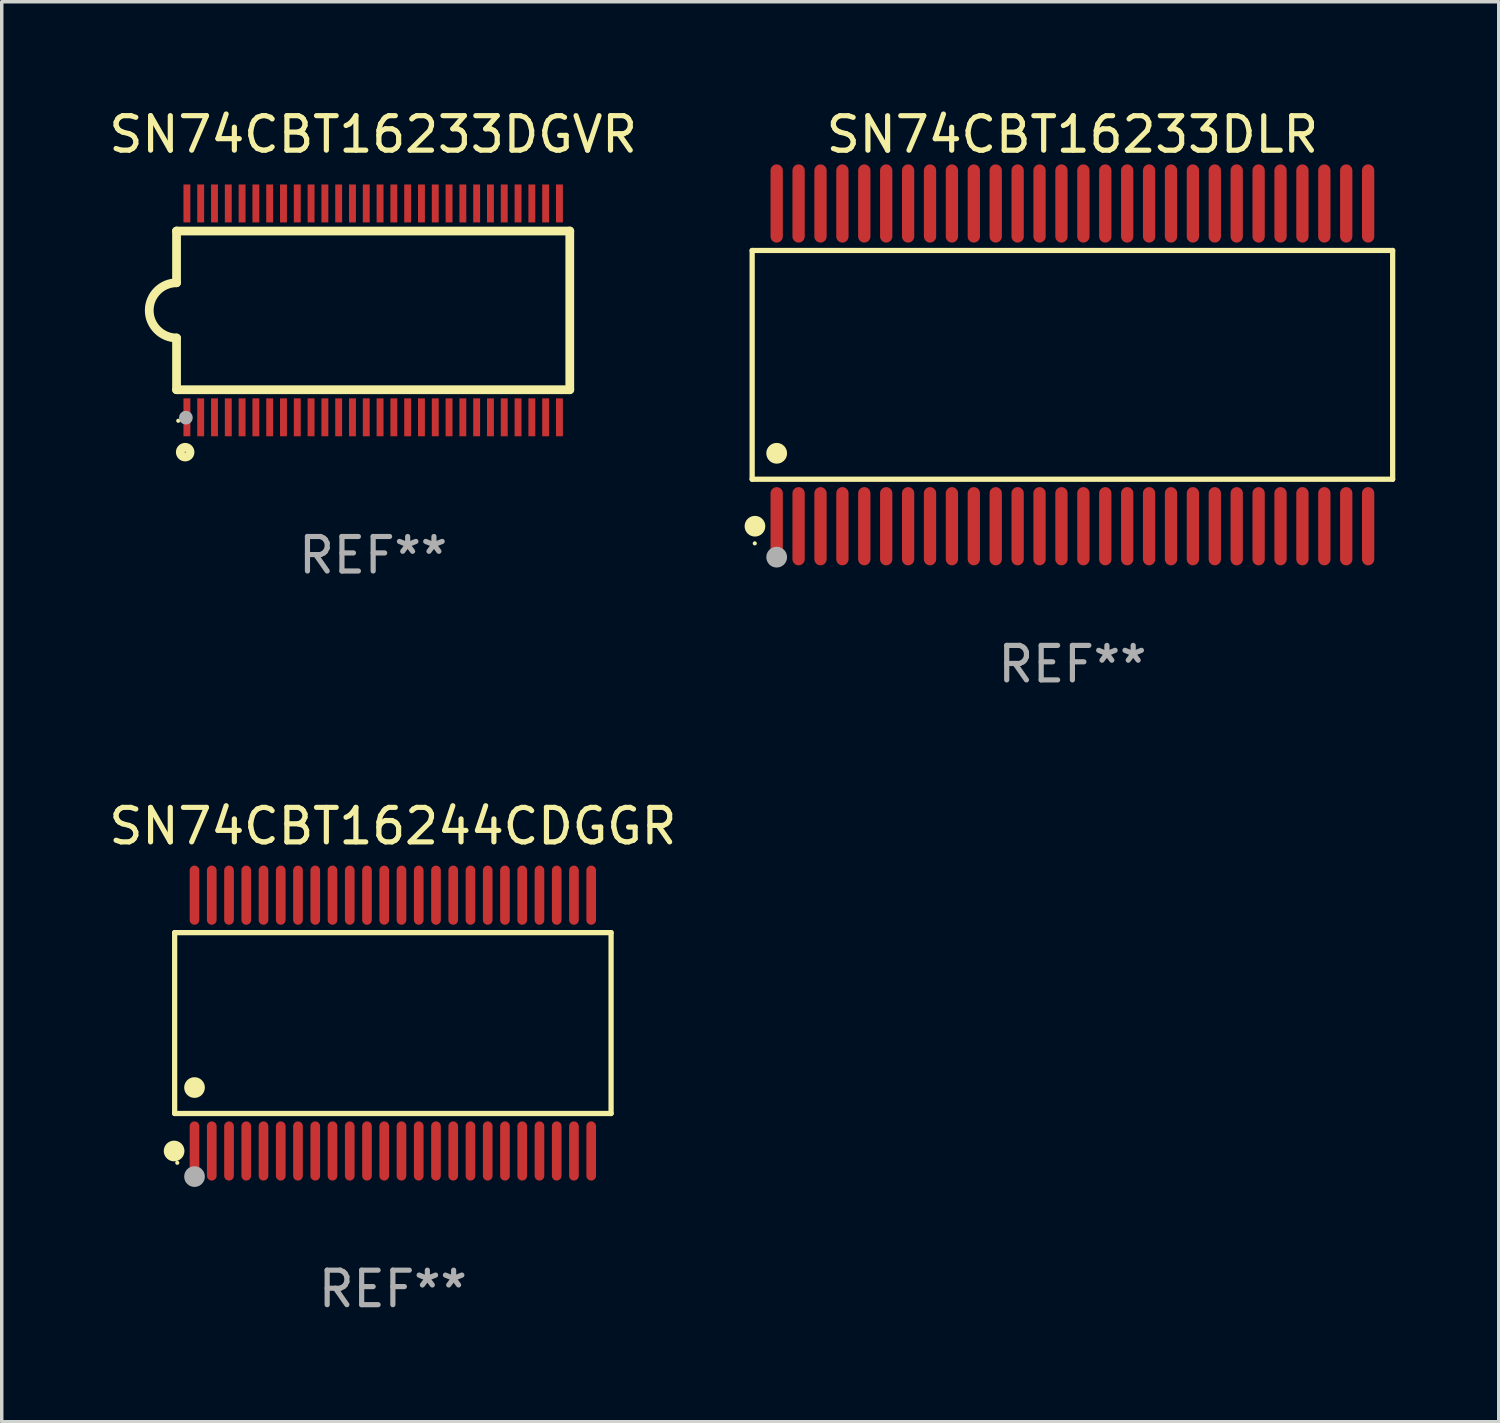
<source format=kicad_pcb>
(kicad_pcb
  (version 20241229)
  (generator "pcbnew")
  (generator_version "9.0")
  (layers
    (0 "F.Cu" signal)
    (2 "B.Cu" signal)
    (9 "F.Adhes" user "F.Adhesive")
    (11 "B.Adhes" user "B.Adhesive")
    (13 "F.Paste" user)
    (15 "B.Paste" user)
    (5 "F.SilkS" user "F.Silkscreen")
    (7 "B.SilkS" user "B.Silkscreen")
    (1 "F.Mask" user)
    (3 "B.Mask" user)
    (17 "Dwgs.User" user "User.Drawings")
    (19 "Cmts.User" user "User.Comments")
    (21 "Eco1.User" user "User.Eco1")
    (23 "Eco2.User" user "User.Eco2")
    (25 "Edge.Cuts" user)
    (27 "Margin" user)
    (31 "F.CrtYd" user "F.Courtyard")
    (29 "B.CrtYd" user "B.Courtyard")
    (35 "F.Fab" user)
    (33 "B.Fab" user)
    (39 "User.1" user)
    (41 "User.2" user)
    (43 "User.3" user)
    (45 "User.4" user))
  (footprint "SN74CBT16244CDGGR"
    (layer "F.Cu")
    (at 8.339 26.609)
    (property "Reference" "SN74CBT16244CDGGR" (at 0 -5.708 0) (layer "F.SilkS") (effects (font (size 1 1) (thickness 0.15))))
    (attr through_hole)
    (fp_line (start -6.326 -2.622) (end 6.326 -2.622) (stroke (width 0.152) (type solid)) (layer "F.SilkS"))
    (fp_line (start -6.326 2.621) (end -6.326 -2.622) (stroke (width 0.152) (type solid)) (layer "F.SilkS"))
    (fp_line (start 6.326 -2.622) (end 6.326 2.621) (stroke (width 0.152) (type solid)) (layer "F.SilkS"))
    (fp_line (start 6.326 2.621) (end -6.326 2.621) (stroke (width 0.152) (type solid)) (layer "F.SilkS"))
    (fp_circle (center -6.342 3.708) (end -6.192 3.708) (stroke (width 0.3) (type solid)) (fill no) (layer "F.SilkS"))
    (fp_circle (center -6.25 4.05) (end -6.22 4.05) (stroke (width 0.06) (type solid)) (fill no) (layer "F.SilkS"))
    (fp_circle (center -5.75 1.869) (end -5.6 1.869) (stroke (width 0.3) (type solid)) (fill no) (layer "F.SilkS"))
    (fp_circle (center -5.75 4.45) (end -5.6 4.45) (stroke (width 0.3) (type solid)) (fill no) (layer "F.Fab"))
    (fp_text user "REF**" (at 0 7.708 0) (layer "F.Fab") (effects (font (size 1 1) (thickness 0.15))))
    (pad "1" smd oval (at -5.75 3.708) (size 0.28 1.715) (layers "F.Cu" "F.Mask" "F.Paste"))
    (pad "2" smd oval (at -5.25 3.708) (size 0.28 1.715) (layers "F.Cu" "F.Mask" "F.Paste"))
    (pad "3" smd oval (at -4.75 3.708) (size 0.28 1.715) (layers "F.Cu" "F.Mask" "F.Paste"))
    (pad "4" smd oval (at -4.25 3.708) (size 0.28 1.715) (layers "F.Cu" "F.Mask" "F.Paste"))
    (pad "5" smd oval (at -3.75 3.708) (size 0.28 1.715) (layers "F.Cu" "F.Mask" "F.Paste"))
    (pad "6" smd oval (at -3.25 3.708) (size 0.28 1.715) (layers "F.Cu" "F.Mask" "F.Paste"))
    (pad "7" smd oval (at -2.75 3.708) (size 0.28 1.715) (layers "F.Cu" "F.Mask" "F.Paste"))
    (pad "8" smd oval (at -2.25 3.708) (size 0.28 1.715) (layers "F.Cu" "F.Mask" "F.Paste"))
    (pad "9" smd oval (at -1.75 3.708) (size 0.28 1.715) (layers "F.Cu" "F.Mask" "F.Paste"))
    (pad "10" smd oval (at -1.25 3.708) (size 0.28 1.715) (layers "F.Cu" "F.Mask" "F.Paste"))
    (pad "11" smd oval (at -0.75 3.708) (size 0.28 1.715) (layers "F.Cu" "F.Mask" "F.Paste"))
    (pad "12" smd oval (at -0.25 3.708) (size 0.28 1.715) (layers "F.Cu" "F.Mask" "F.Paste"))
    (pad "13" smd oval (at 0.25 3.708) (size 0.28 1.715) (layers "F.Cu" "F.Mask" "F.Paste"))
    (pad "14" smd oval (at 0.75 3.708) (size 0.28 1.715) (layers "F.Cu" "F.Mask" "F.Paste"))
    (pad "15" smd oval (at 1.25 3.708) (size 0.28 1.715) (layers "F.Cu" "F.Mask" "F.Paste"))
    (pad "16" smd oval (at 1.75 3.708) (size 0.28 1.715) (layers "F.Cu" "F.Mask" "F.Paste"))
    (pad "17" smd oval (at 2.25 3.708) (size 0.28 1.715) (layers "F.Cu" "F.Mask" "F.Paste"))
    (pad "18" smd oval (at 2.75 3.708) (size 0.28 1.715) (layers "F.Cu" "F.Mask" "F.Paste"))
    (pad "19" smd oval (at 3.25 3.708) (size 0.28 1.715) (layers "F.Cu" "F.Mask" "F.Paste"))
    (pad "20" smd oval (at 3.75 3.708) (size 0.28 1.715) (layers "F.Cu" "F.Mask" "F.Paste"))
    (pad "21" smd oval (at 4.25 3.708) (size 0.28 1.715) (layers "F.Cu" "F.Mask" "F.Paste"))
    (pad "22" smd oval (at 4.75 3.708) (size 0.28 1.715) (layers "F.Cu" "F.Mask" "F.Paste"))
    (pad "23" smd oval (at 5.25 3.708) (size 0.28 1.715) (layers "F.Cu" "F.Mask" "F.Paste"))
    (pad "24" smd oval (at 5.75 3.708) (size 0.28 1.715) (layers "F.Cu" "F.Mask" "F.Paste"))
    (pad "25" smd oval (at 5.75 -3.708) (size 0.28 1.715) (layers "F.Cu" "F.Mask" "F.Paste"))
    (pad "26" smd oval (at 5.25 -3.708) (size 0.28 1.715) (layers "F.Cu" "F.Mask" "F.Paste"))
    (pad "27" smd oval (at 4.75 -3.708) (size 0.28 1.715) (layers "F.Cu" "F.Mask" "F.Paste"))
    (pad "28" smd oval (at 4.25 -3.708) (size 0.28 1.715) (layers "F.Cu" "F.Mask" "F.Paste"))
    (pad "29" smd oval (at 3.75 -3.708) (size 0.28 1.715) (layers "F.Cu" "F.Mask" "F.Paste"))
    (pad "30" smd oval (at 3.25 -3.708) (size 0.28 1.715) (layers "F.Cu" "F.Mask" "F.Paste"))
    (pad "31" smd oval (at 2.75 -3.708) (size 0.28 1.715) (layers "F.Cu" "F.Mask" "F.Paste"))
    (pad "32" smd oval (at 2.25 -3.708) (size 0.28 1.715) (layers "F.Cu" "F.Mask" "F.Paste"))
    (pad "33" smd oval (at 1.75 -3.708) (size 0.28 1.715) (layers "F.Cu" "F.Mask" "F.Paste"))
    (pad "34" smd oval (at 1.25 -3.708) (size 0.28 1.715) (layers "F.Cu" "F.Mask" "F.Paste"))
    (pad "35" smd oval (at 0.75 -3.708) (size 0.28 1.715) (layers "F.Cu" "F.Mask" "F.Paste"))
    (pad "36" smd oval (at 0.25 -3.708) (size 0.28 1.715) (layers "F.Cu" "F.Mask" "F.Paste"))
    (pad "37" smd oval (at -0.25 -3.708) (size 0.28 1.715) (layers "F.Cu" "F.Mask" "F.Paste"))
    (pad "38" smd oval (at -0.75 -3.708) (size 0.28 1.715) (layers "F.Cu" "F.Mask" "F.Paste"))
    (pad "39" smd oval (at -1.25 -3.708) (size 0.28 1.715) (layers "F.Cu" "F.Mask" "F.Paste"))
    (pad "40" smd oval (at -1.75 -3.708) (size 0.28 1.715) (layers "F.Cu" "F.Mask" "F.Paste"))
    (pad "41" smd oval (at -2.25 -3.708) (size 0.28 1.715) (layers "F.Cu" "F.Mask" "F.Paste"))
    (pad "42" smd oval (at -2.75 -3.708) (size 0.28 1.715) (layers "F.Cu" "F.Mask" "F.Paste"))
    (pad "43" smd oval (at -3.25 -3.708) (size 0.28 1.715) (layers "F.Cu" "F.Mask" "F.Paste"))
    (pad "44" smd oval (at -3.75 -3.708) (size 0.28 1.715) (layers "F.Cu" "F.Mask" "F.Paste"))
    (pad "45" smd oval (at -4.25 -3.708) (size 0.28 1.715) (layers "F.Cu" "F.Mask" "F.Paste"))
    (pad "46" smd oval (at -4.75 -3.708) (size 0.28 1.715) (layers "F.Cu" "F.Mask" "F.Paste"))
    (pad "47" smd oval (at -5.25 -3.708) (size 0.28 1.715) (layers "F.Cu" "F.Mask" "F.Paste"))
    (pad "48" smd oval (at -5.75 -3.708) (size 0.28 1.715) (layers "F.Cu" "F.Mask" "F.Paste")))
  (footprint "SN74CBT16233DGVR"
    (layer "F.Cu")
    (at 7.768 5.948)
    (property "Reference" "SN74CBT16233DGVR" (at 0 -5.1 0) (layer "F.SilkS") (effects (font (size 1 1) (thickness 0.15))))
    (attr through_hole)
    (fp_line (start -5.7 -2.3) (end -5.7 -0.8) (stroke (width 0.254) (type solid)) (layer "F.SilkS"))
    (fp_line (start -5.7 -2.3) (end 5.7 -2.3) (stroke (width 0.254) (type solid)) (layer "F.SilkS"))
    (fp_line (start -5.7 2.3) (end -5.7 0.8) (stroke (width 0.254) (type solid)) (layer "F.SilkS"))
    (fp_line (start -5.7 2.3) (end 5.7 2.3) (stroke (width 0.254) (type solid)) (layer "F.SilkS"))
    (fp_line (start 5.7 -2.3) (end 5.7 2.3) (stroke (width 0.254) (type solid)) (layer "F.SilkS"))
    (fp_arc (start -5.700013 0.800025) (mid -6.500343 -0.000382) (end -5.699962 -0.800737) (stroke (width 0.254001) (type solid)) (layer "F.SilkS"))
    (fp_circle (center -5.65 3.2) (end -5.62 3.2) (stroke (width 0.06) (type solid)) (fill no) (layer "F.SilkS"))
    (fp_circle (center -5.45 4.11) (end -5.309 4.11) (stroke (width 0.254) (type solid)) (fill no) (layer "F.SilkS"))
    (fp_circle (center -5.43 3.11) (end -5.33 3.11) (stroke (width 0.2) (type solid)) (fill no) (layer "F.Fab"))
    (fp_text user "REF**" (at 0 7.1 0) (layer "F.Fab") (effects (font (size 1 1) (thickness 0.15))))
    (pad "1" smd rect (at -5.4 3.1) (size 0.2 1.1) (layers "F.Cu" "F.Mask" "F.Paste"))
    (pad "2" smd rect (at -5 3.1) (size 0.2 1.1) (layers "F.Cu" "F.Mask" "F.Paste"))
    (pad "3" smd rect (at -4.6 3.1) (size 0.2 1.1) (layers "F.Cu" "F.Mask" "F.Paste"))
    (pad "4" smd rect (at -4.2 3.1) (size 0.2 1.1) (layers "F.Cu" "F.Mask" "F.Paste"))
    (pad "5" smd rect (at -3.8 3.1) (size 0.2 1.1) (layers "F.Cu" "F.Mask" "F.Paste"))
    (pad "6" smd rect (at -3.4 3.1) (size 0.2 1.1) (layers "F.Cu" "F.Mask" "F.Paste"))
    (pad "7" smd rect (at -3 3.1) (size 0.2 1.1) (layers "F.Cu" "F.Mask" "F.Paste"))
    (pad "8" smd rect (at -2.6 3.1) (size 0.2 1.1) (layers "F.Cu" "F.Mask" "F.Paste"))
    (pad "9" smd rect (at -2.2 3.1) (size 0.2 1.1) (layers "F.Cu" "F.Mask" "F.Paste"))
    (pad "10" smd rect (at -1.8 3.1) (size 0.2 1.1) (layers "F.Cu" "F.Mask" "F.Paste"))
    (pad "11" smd rect (at -1.4 3.1) (size 0.2 1.1) (layers "F.Cu" "F.Mask" "F.Paste"))
    (pad "12" smd rect (at -1 3.1) (size 0.2 1.1) (layers "F.Cu" "F.Mask" "F.Paste"))
    (pad "13" smd rect (at -0.6 3.1) (size 0.2 1.1) (layers "F.Cu" "F.Mask" "F.Paste"))
    (pad "14" smd rect (at -0.2 3.1) (size 0.2 1.1) (layers "F.Cu" "F.Mask" "F.Paste"))
    (pad "15" smd rect (at 0.2 3.1) (size 0.2 1.1) (layers "F.Cu" "F.Mask" "F.Paste"))
    (pad "16" smd rect (at 0.6 3.1) (size 0.2 1.1) (layers "F.Cu" "F.Mask" "F.Paste"))
    (pad "17" smd rect (at 1 3.1) (size 0.2 1.1) (layers "F.Cu" "F.Mask" "F.Paste"))
    (pad "18" smd rect (at 1.4 3.1) (size 0.2 1.1) (layers "F.Cu" "F.Mask" "F.Paste"))
    (pad "19" smd rect (at 1.8 3.1) (size 0.2 1.1) (layers "F.Cu" "F.Mask" "F.Paste"))
    (pad "20" smd rect (at 2.2 3.1) (size 0.2 1.1) (layers "F.Cu" "F.Mask" "F.Paste"))
    (pad "21" smd rect (at 2.6 3.1) (size 0.2 1.1) (layers "F.Cu" "F.Mask" "F.Paste"))
    (pad "22" smd rect (at 3 3.1) (size 0.2 1.1) (layers "F.Cu" "F.Mask" "F.Paste"))
    (pad "23" smd rect (at 3.4 3.1) (size 0.2 1.1) (layers "F.Cu" "F.Mask" "F.Paste"))
    (pad "24" smd rect (at 3.8 3.1) (size 0.2 1.1) (layers "F.Cu" "F.Mask" "F.Paste"))
    (pad "25" smd rect (at 4.2 3.1) (size 0.2 1.1) (layers "F.Cu" "F.Mask" "F.Paste"))
    (pad "26" smd rect (at 4.6 3.1) (size 0.2 1.1) (layers "F.Cu" "F.Mask" "F.Paste"))
    (pad "27" smd rect (at 5 3.1) (size 0.2 1.1) (layers "F.Cu" "F.Mask" "F.Paste"))
    (pad "28" smd rect (at 5.4 3.1) (size 0.2 1.1) (layers "F.Cu" "F.Mask" "F.Paste"))
    (pad "29" smd rect (at 5.4 -3.1) (size 0.2 1.1) (layers "F.Cu" "F.Mask" "F.Paste"))
    (pad "30" smd rect (at 5 -3.1) (size 0.2 1.1) (layers "F.Cu" "F.Mask" "F.Paste"))
    (pad "31" smd rect (at 4.6 -3.1) (size 0.2 1.1) (layers "F.Cu" "F.Mask" "F.Paste"))
    (pad "32" smd rect (at 4.2 -3.1) (size 0.2 1.1) (layers "F.Cu" "F.Mask" "F.Paste"))
    (pad "33" smd rect (at 3.8 -3.1) (size 0.2 1.1) (layers "F.Cu" "F.Mask" "F.Paste"))
    (pad "34" smd rect (at 3.4 -3.1) (size 0.2 1.1) (layers "F.Cu" "F.Mask" "F.Paste"))
    (pad "35" smd rect (at 3 -3.1) (size 0.2 1.1) (layers "F.Cu" "F.Mask" "F.Paste"))
    (pad "36" smd rect (at 2.6 -3.1) (size 0.2 1.1) (layers "F.Cu" "F.Mask" "F.Paste"))
    (pad "37" smd rect (at 2.2 -3.1) (size 0.2 1.1) (layers "F.Cu" "F.Mask" "F.Paste"))
    (pad "38" smd rect (at 1.8 -3.1) (size 0.2 1.1) (layers "F.Cu" "F.Mask" "F.Paste"))
    (pad "39" smd rect (at 1.4 -3.1) (size 0.2 1.1) (layers "F.Cu" "F.Mask" "F.Paste"))
    (pad "40" smd rect (at 1 -3.1) (size 0.2 1.1) (layers "F.Cu" "F.Mask" "F.Paste"))
    (pad "41" smd rect (at 0.6 -3.1) (size 0.2 1.1) (layers "F.Cu" "F.Mask" "F.Paste"))
    (pad "42" smd rect (at 0.2 -3.1) (size 0.2 1.1) (layers "F.Cu" "F.Mask" "F.Paste"))
    (pad "43" smd rect (at -0.2 -3.1) (size 0.2 1.1) (layers "F.Cu" "F.Mask" "F.Paste"))
    (pad "44" smd rect (at -0.6 -3.1) (size 0.2 1.1) (layers "F.Cu" "F.Mask" "F.Paste"))
    (pad "45" smd rect (at -1 -3.1) (size 0.2 1.1) (layers "F.Cu" "F.Mask" "F.Paste"))
    (pad "46" smd rect (at -1.4 -3.1) (size 0.2 1.1) (layers "F.Cu" "F.Mask" "F.Paste"))
    (pad "47" smd rect (at -1.8 -3.1) (size 0.2 1.1) (layers "F.Cu" "F.Mask" "F.Paste"))
    (pad "48" smd rect (at -2.2 -3.1) (size 0.2 1.1) (layers "F.Cu" "F.Mask" "F.Paste"))
    (pad "49" smd rect (at -2.6 -3.1) (size 0.2 1.1) (layers "F.Cu" "F.Mask" "F.Paste"))
    (pad "50" smd rect (at -3 -3.1) (size 0.2 1.1) (layers "F.Cu" "F.Mask" "F.Paste"))
    (pad "51" smd rect (at -3.4 -3.1) (size 0.2 1.1) (layers "F.Cu" "F.Mask" "F.Paste"))
    (pad "52" smd rect (at -3.8 -3.1) (size 0.2 1.1) (layers "F.Cu" "F.Mask" "F.Paste"))
    (pad "53" smd rect (at -4.2 -3.1) (size 0.2 1.1) (layers "F.Cu" "F.Mask" "F.Paste"))
    (pad "54" smd rect (at -4.6 -3.1) (size 0.2 1.1) (layers "F.Cu" "F.Mask" "F.Paste"))
    (pad "55" smd rect (at -5 -3.1) (size 0.2 1.1) (layers "F.Cu" "F.Mask" "F.Paste"))
    (pad "56" smd rect (at -5.4 -3.1) (size 0.2 1.1) (layers "F.Cu" "F.Mask" "F.Paste")))
  (footprint "SN74CBT16233DLR"
    (layer "F.Cu")
    (at 28.039 7.527)
    (property "Reference" "SN74CBT16233DLR" (at 0 -6.678 0) (layer "F.SilkS") (effects (font (size 1 1) (thickness 0.15))))
    (attr through_hole)
    (fp_line (start -9.284 -3.316) (end 9.284 -3.316) (stroke (width 0.152) (type solid)) (layer "F.SilkS"))
    (fp_line (start -9.284 3.316) (end -9.284 -3.316) (stroke (width 0.152) (type solid)) (layer "F.SilkS"))
    (fp_line (start 9.284 -3.316) (end 9.284 3.316) (stroke (width 0.152) (type solid)) (layer "F.SilkS"))
    (fp_line (start 9.284 3.316) (end -9.284 3.316) (stroke (width 0.152) (type solid)) (layer "F.SilkS"))
    (fp_circle (center -9.208 5.175) (end -9.178 5.175) (stroke (width 0.06) (type solid)) (fill no) (layer "F.SilkS"))
    (fp_circle (center -9.203 4.678) (end -9.053 4.678) (stroke (width 0.3) (type solid)) (fill no) (layer "F.SilkS"))
    (fp_circle (center -8.573 2.564) (end -8.422 2.564) (stroke (width 0.3) (type solid)) (fill no) (layer "F.SilkS"))
    (fp_circle (center -8.573 5.575) (end -8.422 5.575) (stroke (width 0.3) (type solid)) (fill no) (layer "F.Fab"))
    (fp_text user "REF**" (at 0 8.678 0) (layer "F.Fab") (effects (font (size 1 1) (thickness 0.15))))
    (pad "1" smd oval (at -8.573 4.678) (size 0.356 2.267) (layers "F.Cu" "F.Mask" "F.Paste"))
    (pad "2" smd oval (at -7.938 4.678) (size 0.356 2.267) (layers "F.Cu" "F.Mask" "F.Paste"))
    (pad "3" smd oval (at -7.303 4.678) (size 0.356 2.267) (layers "F.Cu" "F.Mask" "F.Paste"))
    (pad "4" smd oval (at -6.668 4.678) (size 0.356 2.267) (layers "F.Cu" "F.Mask" "F.Paste"))
    (pad "5" smd oval (at -6.033 4.678) (size 0.356 2.267) (layers "F.Cu" "F.Mask" "F.Paste"))
    (pad "6" smd oval (at -5.398 4.678) (size 0.356 2.267) (layers "F.Cu" "F.Mask" "F.Paste"))
    (pad "7" smd oval (at -4.763 4.678) (size 0.356 2.267) (layers "F.Cu" "F.Mask" "F.Paste"))
    (pad "8" smd oval (at -4.128 4.678) (size 0.356 2.267) (layers "F.Cu" "F.Mask" "F.Paste"))
    (pad "9" smd oval (at -3.493 4.678) (size 0.356 2.267) (layers "F.Cu" "F.Mask" "F.Paste"))
    (pad "10" smd oval (at -2.858 4.678) (size 0.356 2.267) (layers "F.Cu" "F.Mask" "F.Paste"))
    (pad "11" smd oval (at -2.223 4.678) (size 0.356 2.267) (layers "F.Cu" "F.Mask" "F.Paste"))
    (pad "12" smd oval (at -1.588 4.678) (size 0.356 2.267) (layers "F.Cu" "F.Mask" "F.Paste"))
    (pad "13" smd oval (at -0.953 4.678) (size 0.356 2.267) (layers "F.Cu" "F.Mask" "F.Paste"))
    (pad "14" smd oval (at -0.318 4.678) (size 0.356 2.267) (layers "F.Cu" "F.Mask" "F.Paste"))
    (pad "15" smd oval (at 0.318 4.678) (size 0.356 2.267) (layers "F.Cu" "F.Mask" "F.Paste"))
    (pad "16" smd oval (at 0.953 4.678) (size 0.356 2.267) (layers "F.Cu" "F.Mask" "F.Paste"))
    (pad "17" smd oval (at 1.588 4.678) (size 0.356 2.267) (layers "F.Cu" "F.Mask" "F.Paste"))
    (pad "18" smd oval (at 2.223 4.678) (size 0.356 2.267) (layers "F.Cu" "F.Mask" "F.Paste"))
    (pad "19" smd oval (at 2.858 4.678) (size 0.356 2.267) (layers "F.Cu" "F.Mask" "F.Paste"))
    (pad "20" smd oval (at 3.493 4.678) (size 0.356 2.267) (layers "F.Cu" "F.Mask" "F.Paste"))
    (pad "21" smd oval (at 4.128 4.678) (size 0.356 2.267) (layers "F.Cu" "F.Mask" "F.Paste"))
    (pad "22" smd oval (at 4.763 4.678) (size 0.356 2.267) (layers "F.Cu" "F.Mask" "F.Paste"))
    (pad "23" smd oval (at 5.398 4.678) (size 0.356 2.267) (layers "F.Cu" "F.Mask" "F.Paste"))
    (pad "24" smd oval (at 6.033 4.678) (size 0.356 2.267) (layers "F.Cu" "F.Mask" "F.Paste"))
    (pad "25" smd oval (at 6.668 4.678) (size 0.356 2.267) (layers "F.Cu" "F.Mask" "F.Paste"))
    (pad "26" smd oval (at 7.303 4.678) (size 0.356 2.267) (layers "F.Cu" "F.Mask" "F.Paste"))
    (pad "27" smd oval (at 7.938 4.678) (size 0.356 2.267) (layers "F.Cu" "F.Mask" "F.Paste"))
    (pad "28" smd oval (at 8.573 4.678) (size 0.356 2.267) (layers "F.Cu" "F.Mask" "F.Paste"))
    (pad "29" smd oval (at 8.573 -4.678) (size 0.356 2.267) (layers "F.Cu" "F.Mask" "F.Paste"))
    (pad "30" smd oval (at 7.938 -4.678) (size 0.356 2.267) (layers "F.Cu" "F.Mask" "F.Paste"))
    (pad "31" smd oval (at 7.303 -4.678) (size 0.356 2.267) (layers "F.Cu" "F.Mask" "F.Paste"))
    (pad "32" smd oval (at 6.668 -4.678) (size 0.356 2.267) (layers "F.Cu" "F.Mask" "F.Paste"))
    (pad "33" smd oval (at 6.033 -4.678) (size 0.356 2.267) (layers "F.Cu" "F.Mask" "F.Paste"))
    (pad "34" smd oval (at 5.398 -4.678) (size 0.356 2.267) (layers "F.Cu" "F.Mask" "F.Paste"))
    (pad "35" smd oval (at 4.763 -4.678) (size 0.356 2.267) (layers "F.Cu" "F.Mask" "F.Paste"))
    (pad "36" smd oval (at 4.128 -4.678) (size 0.356 2.267) (layers "F.Cu" "F.Mask" "F.Paste"))
    (pad "37" smd oval (at 3.493 -4.678) (size 0.356 2.267) (layers "F.Cu" "F.Mask" "F.Paste"))
    (pad "38" smd oval (at 2.858 -4.678) (size 0.356 2.267) (layers "F.Cu" "F.Mask" "F.Paste"))
    (pad "39" smd oval (at 2.223 -4.678) (size 0.356 2.267) (layers "F.Cu" "F.Mask" "F.Paste"))
    (pad "40" smd oval (at 1.588 -4.678) (size 0.356 2.267) (layers "F.Cu" "F.Mask" "F.Paste"))
    (pad "41" smd oval (at 0.953 -4.678) (size 0.356 2.267) (layers "F.Cu" "F.Mask" "F.Paste"))
    (pad "42" smd oval (at 0.318 -4.678) (size 0.356 2.267) (layers "F.Cu" "F.Mask" "F.Paste"))
    (pad "43" smd oval (at -0.318 -4.678) (size 0.356 2.267) (layers "F.Cu" "F.Mask" "F.Paste"))
    (pad "44" smd oval (at -0.953 -4.678) (size 0.356 2.267) (layers "F.Cu" "F.Mask" "F.Paste"))
    (pad "45" smd oval (at -1.588 -4.678) (size 0.356 2.267) (layers "F.Cu" "F.Mask" "F.Paste"))
    (pad "46" smd oval (at -2.223 -4.678) (size 0.356 2.267) (layers "F.Cu" "F.Mask" "F.Paste"))
    (pad "47" smd oval (at -2.858 -4.678) (size 0.356 2.267) (layers "F.Cu" "F.Mask" "F.Paste"))
    (pad "48" smd oval (at -3.493 -4.678) (size 0.356 2.267) (layers "F.Cu" "F.Mask" "F.Paste"))
    (pad "49" smd oval (at -4.128 -4.678) (size 0.356 2.267) (layers "F.Cu" "F.Mask" "F.Paste"))
    (pad "50" smd oval (at -4.763 -4.678) (size 0.356 2.267) (layers "F.Cu" "F.Mask" "F.Paste"))
    (pad "51" smd oval (at -5.398 -4.678) (size 0.356 2.267) (layers "F.Cu" "F.Mask" "F.Paste"))
    (pad "52" smd oval (at -6.033 -4.678) (size 0.356 2.267) (layers "F.Cu" "F.Mask" "F.Paste"))
    (pad "53" smd oval (at -6.668 -4.678) (size 0.356 2.267) (layers "F.Cu" "F.Mask" "F.Paste"))
    (pad "54" smd oval (at -7.303 -4.678) (size 0.356 2.267) (layers "F.Cu" "F.Mask" "F.Paste"))
    (pad "55" smd oval (at -7.938 -4.678) (size 0.356 2.267) (layers "F.Cu" "F.Mask" "F.Paste"))
    (pad "56" smd oval (at -8.573 -4.678) (size 0.356 2.267) (layers "F.Cu" "F.Mask" "F.Paste")))
  (gr_rect
    (start -3 -3)
    (end 40.398 38.165)
    (stroke (width 0.1) (type default))
    (fill no)
    (layer "Edge.Cuts")))
</source>
